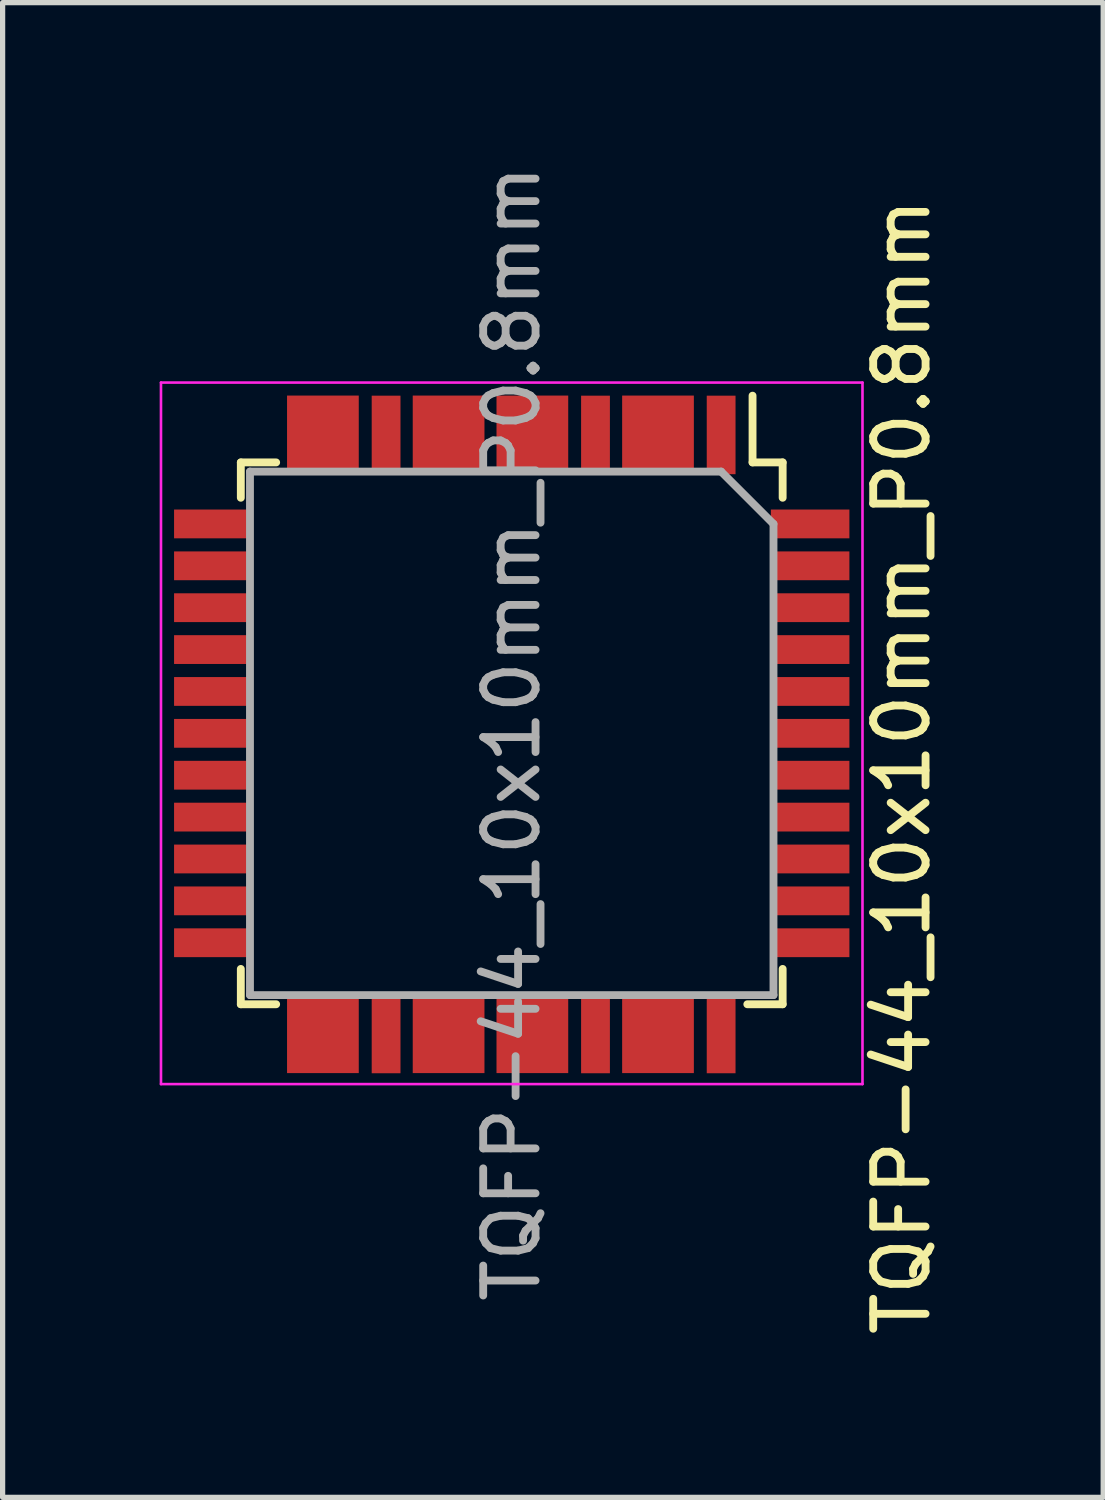
<source format=kicad_pcb>
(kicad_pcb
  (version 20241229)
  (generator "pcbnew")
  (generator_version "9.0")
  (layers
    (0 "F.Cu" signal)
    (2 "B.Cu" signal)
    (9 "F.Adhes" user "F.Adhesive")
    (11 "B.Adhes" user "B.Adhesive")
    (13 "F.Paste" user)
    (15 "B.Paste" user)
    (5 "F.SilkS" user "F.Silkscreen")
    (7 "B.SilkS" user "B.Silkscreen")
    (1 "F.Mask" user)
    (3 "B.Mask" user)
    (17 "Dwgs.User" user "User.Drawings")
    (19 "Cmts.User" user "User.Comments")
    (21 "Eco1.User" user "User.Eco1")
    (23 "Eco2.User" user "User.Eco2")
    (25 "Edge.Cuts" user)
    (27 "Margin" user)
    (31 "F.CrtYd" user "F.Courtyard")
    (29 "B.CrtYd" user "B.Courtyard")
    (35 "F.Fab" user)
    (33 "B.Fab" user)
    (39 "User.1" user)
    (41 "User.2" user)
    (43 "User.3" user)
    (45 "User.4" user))
  (footprint "TQFP-44_10x10mm_P0.8mm"
    (layer "F.Cu")
    (at 6.725 11.593)
    (property "Reference" "TQFP-44_10x10mm_P0.8mm" (at 7.45 0 270) (layer "F.SilkS") (effects (font (size 1 1) (thickness 0.15))))
    (attr smd)
    (fp_line (start -5.175 -5.81) (end -5.175 -5.135) (stroke (width 0.15) (type solid)) (layer "F.SilkS"))
    (fp_line (start -5.175 -5.81) (end -4.5 -5.81) (stroke (width 0.15) (type solid)) (layer "F.SilkS"))
    (fp_line (start -5.175 4.54) (end -5.175 3.865) (stroke (width 0.15) (type solid)) (layer "F.SilkS"))
    (fp_line (start -5.175 4.54) (end -4.5 4.54) (stroke (width 0.15) (type solid)) (layer "F.SilkS"))
    (fp_line (start 4.6 -5.81) (end 4.6 -7.085) (stroke (width 0.15) (type solid)) (layer "F.SilkS"))
    (fp_line (start 5.175 -5.81) (end 4.6 -5.81) (stroke (width 0.15) (type solid)) (layer "F.SilkS"))
    (fp_line (start 5.175 -5.81) (end 5.175 -5.135) (stroke (width 0.15) (type solid)) (layer "F.SilkS"))
    (fp_line (start 5.175 4.54) (end 4.5 4.54) (stroke (width 0.15) (type solid)) (layer "F.SilkS"))
    (fp_line (start 5.175 4.54) (end 5.175 3.865) (stroke (width 0.15) (type solid)) (layer "F.SilkS"))
    (fp_line (start -6.7 -7.335) (end -6.7 6.065) (stroke (width 0.05) (type solid)) (layer "F.CrtYd"))
    (fp_line (start 6.7 -7.335) (end -6.7 -7.335) (stroke (width 0.05) (type solid)) (layer "F.CrtYd"))
    (fp_line (start 6.7 -7.335) (end 6.7 6.065) (stroke (width 0.05) (type solid)) (layer "F.CrtYd"))
    (fp_line (start 6.7 6.065) (end -6.7 6.065) (stroke (width 0.05) (type solid)) (layer "F.CrtYd"))
    (fp_line (start -5 -5.635) (end 4 -5.635) (stroke (width 0.15) (type solid)) (layer "F.Fab"))
    (fp_line (start -5 4.365) (end -5 -5.635) (stroke (width 0.15) (type solid)) (layer "F.Fab"))
    (fp_line (start -5 4.365) (end 5 4.365) (stroke (width 0.15) (type solid)) (layer "F.Fab"))
    (fp_line (start 4 -5.635) (end 5 -4.635) (stroke (width 0.15) (type solid)) (layer "F.Fab"))
    (fp_line (start 5 -4.635) (end 5 4.365) (stroke (width 0.15) (type solid)) (layer "F.Fab"))
    (fp_text user "${REFERENCE}" (at 0 -0.635 270) (layer "F.Fab") (effects (font (size 1 1) (thickness 0.15))))
    (pad "1" smd rect (at 4 -6.335 270) (size 1.5 0.55) (layers "F.Cu" "F.Mask" "F.Paste"))
    (pad "2" smd rect (at 2.794 -6.337 270) (size 1.5 1.37) (layers "F.Cu" "F.Mask" "F.Paste"))
    (pad "4" smd rect (at 1.6 -6.335 270) (size 1.5 0.55) (layers "F.Cu" "F.Mask" "F.Paste"))
    (pad "5" smd rect (at 0.394 -6.337 270) (size 1.5 1.37) (layers "F.Cu" "F.Mask" "F.Paste"))
    (pad "7" smd rect (at -1.206 -6.337 270) (size 1.5 1.37) (layers "F.Cu" "F.Mask" "F.Paste"))
    (pad "9" smd rect (at -2.4 -6.335 270) (size 1.5 0.55) (layers "F.Cu" "F.Mask" "F.Paste"))
    (pad "10" smd rect (at -3.607 -6.337 270) (size 1.5 1.37) (layers "F.Cu" "F.Mask" "F.Paste"))
    (pad "12" smd rect (at -5.7 -4.635) (size 1.5 0.55) (layers "F.Cu" "F.Mask" "F.Paste"))
    (pad "13" smd rect (at -5.7 -3.835) (size 1.5 0.55) (layers "F.Cu" "F.Mask" "F.Paste"))
    (pad "14" smd rect (at -5.7 -3.035) (size 1.5 0.55) (layers "F.Cu" "F.Mask" "F.Paste"))
    (pad "15" smd rect (at -5.7 -2.235) (size 1.5 0.55) (layers "F.Cu" "F.Mask" "F.Paste"))
    (pad "16" smd rect (at -5.7 -1.435) (size 1.5 0.55) (layers "F.Cu" "F.Mask" "F.Paste"))
    (pad "17" smd rect (at -5.7 -0.635) (size 1.5 0.55) (layers "F.Cu" "F.Mask" "F.Paste"))
    (pad "18" smd rect (at -5.7 0.165) (size 1.5 0.55) (layers "F.Cu" "F.Mask" "F.Paste"))
    (pad "19" smd rect (at -5.7 0.965) (size 1.5 0.55) (layers "F.Cu" "F.Mask" "F.Paste"))
    (pad "20" smd rect (at -5.7 1.765) (size 1.5 0.55) (layers "F.Cu" "F.Mask" "F.Paste"))
    (pad "21" smd rect (at -5.7 2.565) (size 1.5 0.55) (layers "F.Cu" "F.Mask" "F.Paste"))
    (pad "22" smd rect (at -5.7 3.365) (size 1.5 0.55) (layers "F.Cu" "F.Mask" "F.Paste"))
    (pad "23" smd rect (at -3.607 5.105 270) (size 1.5 1.37) (layers "F.Cu" "F.Mask" "F.Paste"))
    (pad "25" smd rect (at -2.4 5.108 270) (size 1.5 0.55) (layers "F.Cu" "F.Mask" "F.Paste"))
    (pad "26" smd rect (at -1.206 5.105 270) (size 1.5 1.37) (layers "F.Cu" "F.Mask" "F.Paste"))
    (pad "28" smd rect (at 0.394 5.105 270) (size 1.5 1.37) (layers "F.Cu" "F.Mask" "F.Paste"))
    (pad "30" smd rect (at 1.6 5.108 270) (size 1.5 0.55) (layers "F.Cu" "F.Mask" "F.Paste"))
    (pad "31" smd rect (at 2.794 5.105 270) (size 1.5 1.37) (layers "F.Cu" "F.Mask" "F.Paste"))
    (pad "33" smd rect (at 4 5.108 270) (size 1.5 0.55) (layers "F.Cu" "F.Mask" "F.Paste"))
    (pad "34" smd rect (at 5.7 3.365) (size 1.5 0.55) (layers "F.Cu" "F.Mask" "F.Paste"))
    (pad "35" smd rect (at 5.7 2.565) (size 1.5 0.55) (layers "F.Cu" "F.Mask" "F.Paste"))
    (pad "36" smd rect (at 5.7 1.765) (size 1.5 0.55) (layers "F.Cu" "F.Mask" "F.Paste"))
    (pad "37" smd rect (at 5.7 0.965) (size 1.5 0.55) (layers "F.Cu" "F.Mask" "F.Paste"))
    (pad "38" smd rect (at 5.7 0.165) (size 1.5 0.55) (layers "F.Cu" "F.Mask" "F.Paste"))
    (pad "39" smd rect (at 5.7 -0.635) (size 1.5 0.55) (layers "F.Cu" "F.Mask" "F.Paste"))
    (pad "40" smd rect (at 5.7 -1.435) (size 1.5 0.55) (layers "F.Cu" "F.Mask" "F.Paste"))
    (pad "41" smd rect (at 5.7 -2.235) (size 1.5 0.55) (layers "F.Cu" "F.Mask" "F.Paste"))
    (pad "42" smd rect (at 5.7 -3.035) (size 1.5 0.55) (layers "F.Cu" "F.Mask" "F.Paste"))
    (pad "43" smd rect (at 5.7 -3.835) (size 1.5 0.55) (layers "F.Cu" "F.Mask" "F.Paste"))
    (pad "44" smd rect (at 5.7 -4.635) (size 1.5 0.55) (layers "F.Cu" "F.Mask" "F.Paste")))
  (gr_rect
    (start -3 -3)
    (end 18.023 25.552)
    (stroke (width 0.1) (type default))
    (fill no)
    (layer "Edge.Cuts")))
</source>
